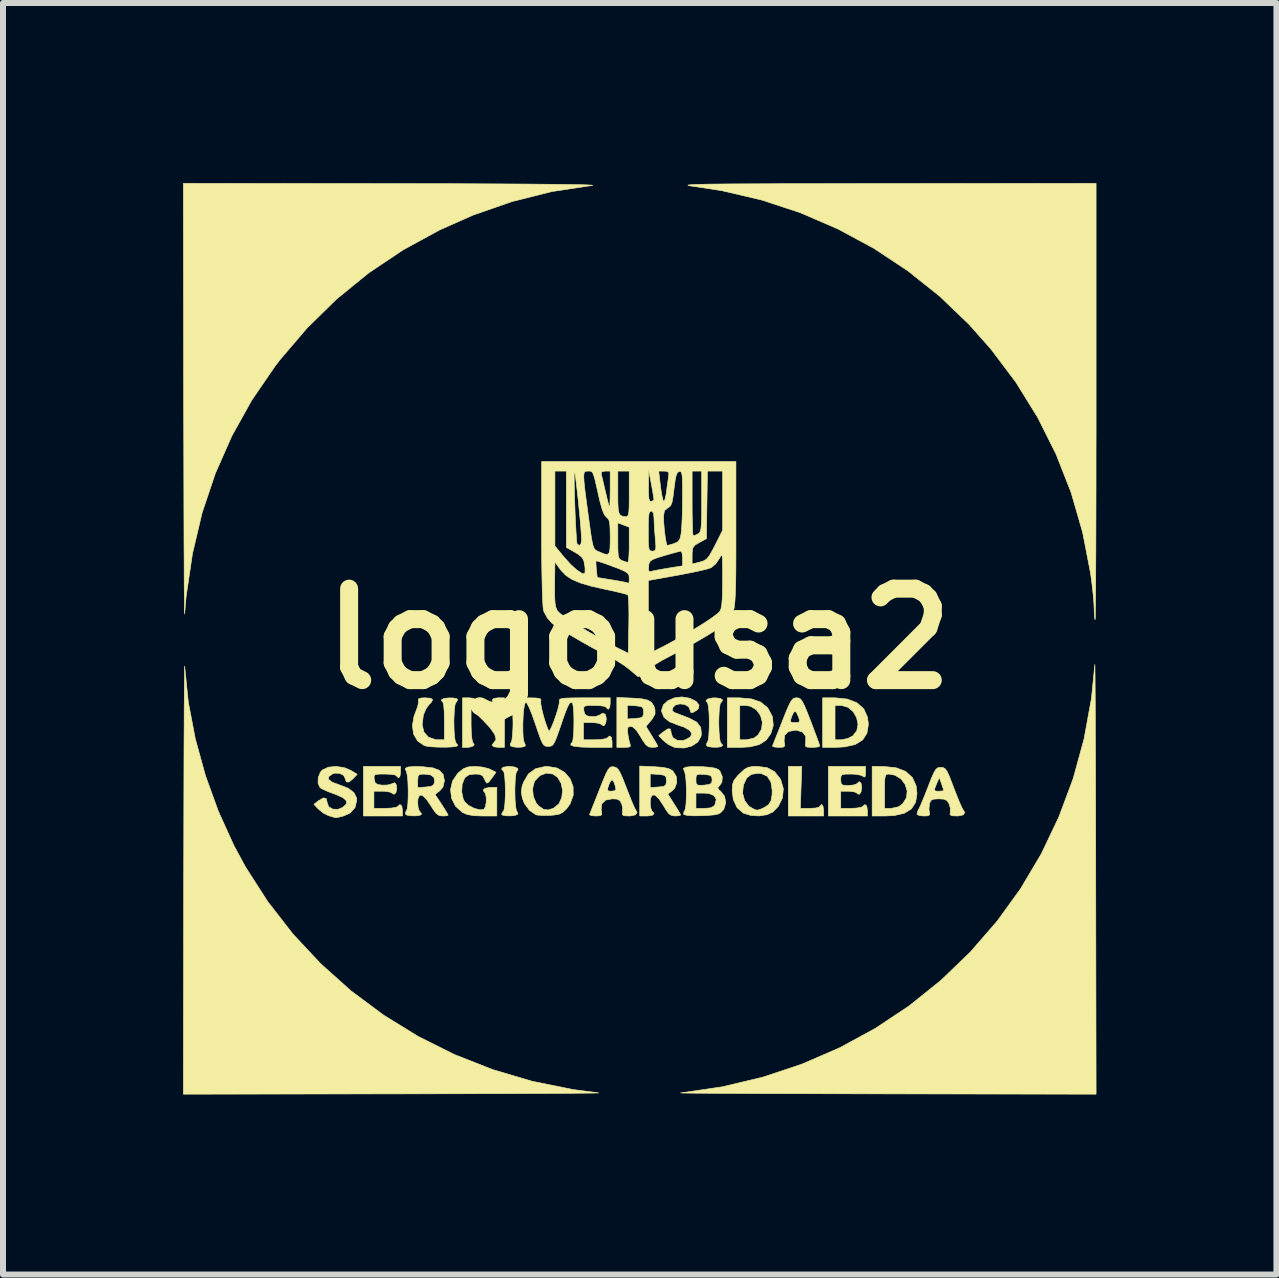
<source format=kicad_pcb>
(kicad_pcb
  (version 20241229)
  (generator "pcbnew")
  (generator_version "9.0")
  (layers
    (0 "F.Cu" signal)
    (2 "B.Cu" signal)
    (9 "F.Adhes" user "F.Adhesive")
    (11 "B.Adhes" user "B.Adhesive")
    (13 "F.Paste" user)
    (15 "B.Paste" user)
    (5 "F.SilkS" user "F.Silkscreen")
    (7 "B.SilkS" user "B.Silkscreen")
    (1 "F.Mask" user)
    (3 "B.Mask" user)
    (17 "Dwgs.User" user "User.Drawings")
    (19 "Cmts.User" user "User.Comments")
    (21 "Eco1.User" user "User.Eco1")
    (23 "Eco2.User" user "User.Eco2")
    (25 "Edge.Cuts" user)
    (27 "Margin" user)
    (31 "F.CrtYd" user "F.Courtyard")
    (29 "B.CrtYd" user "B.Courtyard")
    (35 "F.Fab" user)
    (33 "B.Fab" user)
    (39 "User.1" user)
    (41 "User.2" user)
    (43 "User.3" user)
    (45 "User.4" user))
  (footprint "logousa2"
    (layer "F.Cu")
    (at 7.593 7.593)
    (property "Reference" "logousa2" (at 0 0 0) (layer "F.SilkS") (effects (font (size 1.524 1.524) (thickness 0.3))))
    (attr through_hole)
    (fp_poly (pts (xy 2.692 2.826) (xy 2.854 2.826) (xy 2.946 2.82) (xy 3.005 2.806) (xy 3.016 2.794) (xy 3.04 2.763) (xy 3.048 2.762) (xy 3.07 2.79) (xy 3.08 2.856) (xy 3.08 2.857) (xy 3.08 2.953) (xy 2.492 2.953) (xy 2.492 2.127) (xy 2.716 2.127) (xy 2.692 2.826)) (stroke (width 0.01) (type solid)) (fill yes) (layer "F.SilkS"))
    (fp_poly (pts (xy 1.877 1.002) (xy 2.031 1.055) (xy 2.144 1.147) (xy 2.153 1.158) (xy 2.228 1.299) (xy 2.241 1.447) (xy 2.202 1.578) (xy 2.123 1.689) (xy 2.011 1.762) (xy 1.855 1.801) (xy 1.699 1.81) (xy 1.476 1.81) (xy 1.476 1.111) (xy 1.683 1.111) (xy 1.683 1.683) (xy 1.795 1.683) (xy 1.917 1.656) (xy 1.986 1.605) (xy 2.047 1.504) (xy 2.059 1.39) (xy 2.028 1.278) (xy 1.96 1.184) (xy 1.862 1.125) (xy 1.78 1.111) (xy 1.683 1.111) (xy 1.476 1.111) (xy 1.476 0.984) (xy 1.676 0.984) (xy 1.877 1.002)) (stroke (width 0.01) (type solid)) (fill yes) (layer "F.SilkS"))
    (fp_poly (pts (xy 3.27 0.984) (xy 3.476 1.005) (xy 3.636 1.067) (xy 3.749 1.168) (xy 3.812 1.307) (xy 3.826 1.428) (xy 3.802 1.575) (xy 3.73 1.686) (xy 3.609 1.761) (xy 3.435 1.801) (xy 3.279 1.81) (xy 3.064 1.81) (xy 3.064 1.111) (xy 3.27 1.111) (xy 3.27 1.683) (xy 3.377 1.683) (xy 3.484 1.661) (xy 3.568 1.617) (xy 3.634 1.53) (xy 3.653 1.424) (xy 3.63 1.314) (xy 3.573 1.215) (xy 3.487 1.142) (xy 3.377 1.111) (xy 3.368 1.111) (xy 3.27 1.111) (xy 3.064 1.111) (xy 3.064 0.984) (xy 3.27 0.984)) (stroke (width 0.01) (type solid)) (fill yes) (layer "F.SilkS"))
    (fp_poly (pts (xy 4.08 2.128) (xy 4.287 2.149) (xy 4.448 2.211) (xy 4.56 2.313) (xy 4.622 2.453) (xy 4.636 2.579) (xy 4.613 2.725) (xy 4.544 2.833) (xy 4.427 2.906) (xy 4.258 2.945) (xy 4.105 2.953) (xy 3.889 2.953) (xy 3.889 2.54) (xy 4.096 2.54) (xy 4.096 2.826) (xy 4.208 2.826) (xy 4.33 2.799) (xy 4.399 2.748) (xy 4.461 2.647) (xy 4.472 2.535) (xy 4.438 2.426) (xy 4.367 2.333) (xy 4.264 2.272) (xy 4.161 2.254) (xy 4.13 2.259) (xy 4.111 2.28) (xy 4.1 2.33) (xy 4.096 2.422) (xy 4.096 2.54) (xy 3.889 2.54) (xy 3.889 2.127) (xy 4.08 2.128)) (stroke (width 0.01) (type solid)) (fill yes) (layer "F.SilkS"))
    (fp_poly (pts (xy -2.07 2.136) (xy -2.017 2.159) (xy -2.013 2.19) (xy -2.031 2.206) (xy -2.046 2.245) (xy -2.057 2.335) (xy -2.063 2.461) (xy -2.064 2.54) (xy -2.061 2.681) (xy -2.052 2.792) (xy -2.04 2.859) (xy -2.031 2.874) (xy -2.013 2.912) (xy -2.017 2.923) (xy -2.057 2.942) (xy -2.127 2.951) (xy -2.206 2.95) (xy -2.266 2.94) (xy -2.286 2.923) (xy -2.263 2.88) (xy -2.254 2.873) (xy -2.241 2.835) (xy -2.23 2.747) (xy -2.224 2.624) (xy -2.223 2.54) (xy -2.226 2.403) (xy -2.234 2.292) (xy -2.246 2.223) (xy -2.254 2.207) (xy -2.287 2.17) (xy -2.263 2.142) (xy -2.188 2.128) (xy -2.161 2.127) (xy -2.07 2.136)) (stroke (width 0.01) (type solid)) (fill yes) (layer "F.SilkS"))
    (fp_poly (pts (xy 1.359 0.994) (xy 1.397 1.019) (xy 1.38 1.054) (xy 1.365 1.064) (xy 1.352 1.102) (xy 1.341 1.19) (xy 1.335 1.313) (xy 1.333 1.397) (xy 1.337 1.534) (xy 1.345 1.645) (xy 1.357 1.714) (xy 1.365 1.73) (xy 1.396 1.771) (xy 1.397 1.78) (xy 1.37 1.799) (xy 1.304 1.808) (xy 1.226 1.807) (xy 1.158 1.797) (xy 1.128 1.78) (xy 1.132 1.739) (xy 1.142 1.731) (xy 1.157 1.692) (xy 1.168 1.602) (xy 1.174 1.476) (xy 1.175 1.397) (xy 1.172 1.256) (xy 1.163 1.145) (xy 1.151 1.078) (xy 1.142 1.063) (xy 1.119 1.031) (xy 1.15 1.003) (xy 1.223 0.987) (xy 1.272 0.984) (xy 1.359 0.994)) (stroke (width 0.01) (type solid)) (fill yes) (layer "F.SilkS"))
    (fp_poly (pts (xy -2.238 1.81) (xy -2.342 1.81) (xy -2.418 1.799) (xy -2.445 1.77) (xy -2.417 1.733) (xy -2.413 1.73) (xy -2.378 1.678) (xy -2.399 1.597) (xy -2.474 1.487) (xy -2.588 1.365) (xy -2.794 1.161) (xy -2.794 1.436) (xy -2.79 1.563) (xy -2.781 1.664) (xy -2.768 1.723) (xy -2.762 1.731) (xy -2.741 1.764) (xy -2.77 1.794) (xy -2.837 1.809) (xy -2.851 1.81) (xy -2.937 1.81) (xy -2.937 0.984) (xy -2.826 0.984) (xy -2.757 0.992) (xy -2.697 1.023) (xy -2.627 1.087) (xy -2.578 1.143) (xy -2.504 1.224) (xy -2.444 1.281) (xy -2.411 1.302) (xy -2.391 1.275) (xy -2.382 1.212) (xy -2.386 1.138) (xy -2.4 1.079) (xy -2.413 1.064) (xy -2.445 1.026) (xy -2.421 0.997) (xy -2.349 0.984) (xy -2.342 0.984) (xy -2.238 0.984) (xy -2.238 1.81)) (stroke (width 0.01) (type solid)) (fill yes) (layer "F.SilkS"))
    (fp_poly (pts (xy 3.778 2.229) (xy 3.773 2.294) (xy 3.755 2.305) (xy 3.74 2.292) (xy 3.688 2.271) (xy 3.598 2.257) (xy 3.534 2.254) (xy 3.436 2.256) (xy 3.386 2.267) (xy 3.368 2.297) (xy 3.365 2.349) (xy 3.371 2.411) (xy 3.398 2.438) (xy 3.467 2.445) (xy 3.491 2.445) (xy 3.575 2.437) (xy 3.629 2.419) (xy 3.635 2.413) (xy 3.673 2.381) (xy 3.703 2.405) (xy 3.715 2.475) (xy 3.704 2.551) (xy 3.677 2.591) (xy 3.644 2.583) (xy 3.636 2.572) (xy 3.594 2.552) (xy 3.515 2.541) (xy 3.491 2.54) (xy 3.365 2.54) (xy 3.365 2.826) (xy 3.538 2.826) (xy 3.638 2.82) (xy 3.709 2.806) (xy 3.731 2.794) (xy 3.768 2.762) (xy 3.798 2.786) (xy 3.81 2.857) (xy 3.81 2.953) (xy 3.159 2.953) (xy 3.159 2.127) (xy 3.778 2.127) (xy 3.778 2.229)) (stroke (width 0.01) (type solid)) (fill yes) (layer "F.SilkS"))
    (fp_poly (pts (xy -4.056 -7.584) (xy -3.534 -7.583) (xy -3.05 -7.582) (xy -2.605 -7.58) (xy -2.202 -7.578) (xy -1.844 -7.576) (xy -1.533 -7.573) (xy -1.271 -7.57) (xy -1.061 -7.567) (xy -0.905 -7.564) (xy -0.806 -7.56) (xy -0.767 -7.556) (xy -0.778 -7.553) (xy -1.449 -7.451) (xy -2.111 -7.285) (xy -2.765 -7.057) (xy -3.318 -6.811) (xy -3.927 -6.479) (xy -4.499 -6.096) (xy -5.032 -5.662) (xy -5.526 -5.178) (xy -5.981 -4.645) (xy -6.061 -4.54) (xy -6.449 -3.973) (xy -6.781 -3.377) (xy -7.056 -2.752) (xy -7.275 -2.1) (xy -7.436 -1.419) (xy -7.541 -0.711) (xy -7.567 -0.413) (xy -7.568 -0.425) (xy -7.57 -0.497) (xy -7.571 -0.625) (xy -7.573 -0.805) (xy -7.574 -1.034) (xy -7.575 -1.308) (xy -7.577 -1.622) (xy -7.578 -1.974) (xy -7.579 -2.359) (xy -7.58 -2.774) (xy -7.581 -3.214) (xy -7.582 -3.677) (xy -7.583 -3.929) (xy -7.588 -7.588) (xy -4.056 -7.584)) (stroke (width 0.01) (type solid)) (fill yes) (layer "F.SilkS"))
    (fp_poly (pts (xy -1.361 2.154) (xy -1.234 2.227) (xy -1.143 2.334) (xy -1.094 2.465) (xy -1.092 2.607) (xy -1.143 2.749) (xy -1.203 2.833) (xy -1.264 2.891) (xy -1.327 2.923) (xy -1.417 2.938) (xy -1.48 2.942) (xy -1.589 2.944) (xy -1.677 2.939) (xy -1.714 2.932) (xy -1.821 2.859) (xy -1.905 2.745) (xy -1.94 2.656) (xy -1.957 2.557) (xy -1.949 2.498) (xy -1.769 2.498) (xy -1.757 2.627) (xy -1.707 2.742) (xy -1.667 2.786) (xy -1.583 2.844) (xy -1.506 2.852) (xy -1.418 2.822) (xy -1.332 2.752) (xy -1.283 2.648) (xy -1.27 2.528) (xy -1.293 2.409) (xy -1.351 2.31) (xy -1.43 2.254) (xy -1.54 2.239) (xy -1.646 2.279) (xy -1.729 2.365) (xy -1.739 2.381) (xy -1.769 2.498) (xy -1.949 2.498) (xy -1.945 2.463) (xy -1.92 2.39) (xy -1.839 2.252) (xy -1.72 2.165) (xy -1.563 2.129) (xy -1.521 2.127) (xy -1.361 2.154)) (stroke (width 0.01) (type solid)) (fill yes) (layer "F.SilkS"))
    (fp_poly (pts (xy 7.6 0.439) (xy 7.601 0.509) (xy 7.603 0.635) (xy 7.604 0.813) (xy 7.606 1.04) (xy 7.607 1.312) (xy 7.608 1.625) (xy 7.61 1.975) (xy 7.611 2.359) (xy 7.612 2.772) (xy 7.613 3.212) (xy 7.614 3.675) (xy 7.614 3.929) (xy 7.62 7.588) (xy 4.104 7.583) (xy 3.639 7.582) (xy 3.195 7.581) (xy 2.775 7.58) (xy 2.382 7.579) (xy 2.02 7.578) (xy 1.694 7.576) (xy 1.407 7.575) (xy 1.163 7.573) (xy 0.967 7.572) (xy 0.821 7.57) (xy 0.729 7.569) (xy 0.697 7.567) (xy 0.699 7.567) (xy 1.393 7.465) (xy 2.067 7.304) (xy 2.719 7.087) (xy 3.345 6.816) (xy 3.942 6.491) (xy 4.506 6.116) (xy 5.035 5.691) (xy 5.524 5.22) (xy 5.972 4.704) (xy 6.361 4.166) (xy 6.707 3.583) (xy 7 2.968) (xy 7.239 2.327) (xy 7.42 1.666) (xy 7.543 0.991) (xy 7.599 0.429) (xy 7.6 0.439)) (stroke (width 0.01) (type solid)) (fill yes) (layer "F.SilkS"))
    (fp_poly (pts (xy -7.566 0.46) (xy -7.505 1.059) (xy -7.388 1.67) (xy -7.22 2.279) (xy -7.004 2.876) (xy -6.744 3.448) (xy -6.552 3.803) (xy -6.18 4.382) (xy -5.761 4.921) (xy -5.298 5.416) (xy -4.794 5.867) (xy -4.252 6.27) (xy -3.677 6.625) (xy -3.07 6.928) (xy -2.435 7.178) (xy -1.776 7.373) (xy -1.094 7.511) (xy -0.667 7.567) (xy -0.683 7.568) (xy -0.759 7.57) (xy -0.89 7.571) (xy -1.074 7.573) (xy -1.305 7.575) (xy -1.581 7.576) (xy -1.897 7.577) (xy -2.249 7.579) (xy -2.634 7.58) (xy -3.047 7.581) (xy -3.485 7.582) (xy -3.945 7.583) (xy -4.072 7.583) (xy -7.588 7.588) (xy -7.582 3.929) (xy -7.581 3.457) (xy -7.58 3.006) (xy -7.579 2.579) (xy -7.578 2.181) (xy -7.577 1.815) (xy -7.575 1.484) (xy -7.574 1.193) (xy -7.572 0.945) (xy -7.571 0.743) (xy -7.569 0.592) (xy -7.568 0.495) (xy -7.567 0.456) (xy -7.566 0.46)) (stroke (width 0.01) (type solid)) (fill yes) (layer "F.SilkS"))
    (fp_poly (pts (xy -4.278 2.127) (xy -3.969 2.127) (xy -3.969 2.223) (xy -3.978 2.289) (xy -4 2.318) (xy -4 2.318) (xy -4.031 2.294) (xy -4.032 2.286) (xy -4.061 2.269) (xy -4.137 2.258) (xy -4.225 2.254) (xy -4.331 2.255) (xy -4.388 2.264) (xy -4.409 2.285) (xy -4.409 2.328) (xy -4.407 2.342) (xy -4.392 2.4) (xy -4.351 2.428) (xy -4.276 2.439) (xy -4.187 2.437) (xy -4.122 2.42) (xy -4.114 2.415) (xy -4.066 2.398) (xy -4.038 2.438) (xy -4.032 2.496) (xy -4.045 2.562) (xy -4.076 2.592) (xy -4.11 2.574) (xy -4.111 2.572) (xy -4.153 2.553) (xy -4.233 2.541) (xy -4.272 2.54) (xy -4.413 2.54) (xy -4.413 2.826) (xy -4.225 2.826) (xy -4.121 2.821) (xy -4.044 2.808) (xy -4.016 2.794) (xy -3.979 2.762) (xy -3.949 2.786) (xy -3.937 2.857) (xy -3.937 2.953) (xy -4.262 2.953) (xy -4.588 2.953) (xy -4.588 2.127) (xy -4.278 2.127)) (stroke (width 0.01) (type solid)) (fill yes) (layer "F.SilkS"))
    (fp_poly (pts (xy 2.14 2.148) (xy 2.263 2.215) (xy 2.356 2.332) (xy 2.366 2.351) (xy 2.409 2.499) (xy 2.395 2.65) (xy 2.327 2.791) (xy 2.235 2.886) (xy 2.135 2.932) (xy 2.003 2.952) (xy 1.864 2.943) (xy 1.745 2.906) (xy 1.739 2.903) (xy 1.637 2.813) (xy 1.575 2.678) (xy 1.562 2.573) (xy 1.73 2.573) (xy 1.764 2.695) (xy 1.835 2.791) (xy 1.935 2.848) (xy 1.978 2.855) (xy 2.022 2.844) (xy 2.091 2.812) (xy 2.093 2.811) (xy 2.165 2.763) (xy 2.204 2.699) (xy 2.221 2.601) (xy 2.223 2.525) (xy 2.201 2.385) (xy 2.14 2.29) (xy 2.039 2.245) (xy 1.991 2.242) (xy 1.877 2.259) (xy 1.799 2.319) (xy 1.747 2.432) (xy 1.743 2.442) (xy 1.73 2.573) (xy 1.562 2.573) (xy 1.556 2.522) (xy 1.562 2.427) (xy 1.589 2.356) (xy 1.648 2.282) (xy 1.679 2.251) (xy 1.758 2.178) (xy 1.824 2.141) (xy 1.908 2.128) (xy 1.976 2.127) (xy 2.14 2.148)) (stroke (width 0.01) (type solid)) (fill yes) (layer "F.SilkS"))
    (fp_poly (pts (xy -2.613 2.137) (xy -2.508 2.162) (xy -2.474 2.176) (xy -2.379 2.225) (xy -2.446 2.319) (xy -2.499 2.388) (xy -2.531 2.406) (xy -2.555 2.374) (xy -2.572 2.334) (xy -2.603 2.281) (xy -2.658 2.258) (xy -2.728 2.254) (xy -2.828 2.266) (xy -2.891 2.309) (xy -2.903 2.325) (xy -2.943 2.426) (xy -2.95 2.551) (xy -2.925 2.67) (xy -2.903 2.714) (xy -2.837 2.776) (xy -2.743 2.825) (xy -2.648 2.85) (xy -2.586 2.846) (xy -2.557 2.805) (xy -2.542 2.729) (xy -2.541 2.644) (xy -2.556 2.576) (xy -2.572 2.556) (xy -2.594 2.523) (xy -2.565 2.494) (xy -2.495 2.478) (xy -2.467 2.476) (xy -2.365 2.476) (xy -2.365 2.953) (xy -2.603 2.953) (xy -2.755 2.947) (xy -2.862 2.927) (xy -2.939 2.893) (xy -3.053 2.79) (xy -3.119 2.659) (xy -3.136 2.514) (xy -3.103 2.371) (xy -3.018 2.245) (xy -3.003 2.23) (xy -2.921 2.165) (xy -2.843 2.135) (xy -2.735 2.127) (xy -2.729 2.127) (xy -2.613 2.137)) (stroke (width 0.01) (type solid)) (fill yes) (layer "F.SilkS"))
    (fp_poly (pts (xy -0.104 0.989) (xy 0.049 1) (xy 0.152 1.023) (xy 0.216 1.063) (xy 0.255 1.127) (xy 0.27 1.178) (xy 0.271 1.253) (xy 0.228 1.332) (xy 0.206 1.36) (xy 0.121 1.46) (xy 0.219 1.62) (xy 0.272 1.707) (xy 0.308 1.771) (xy 0.318 1.794) (xy 0.29 1.805) (xy 0.225 1.81) (xy 0.168 1.802) (xy 0.121 1.769) (xy 0.07 1.699) (xy 0.032 1.635) (xy -0.041 1.524) (xy -0.101 1.469) (xy -0.133 1.46) (xy -0.174 1.469) (xy -0.188 1.506) (xy -0.183 1.58) (xy -0.167 1.674) (xy -0.147 1.748) (xy -0.145 1.754) (xy -0.138 1.79) (xy -0.168 1.806) (xy -0.243 1.81) (xy -0.365 1.81) (xy -0.365 1.337) (xy -0.191 1.337) (xy -0.056 1.327) (xy 0.029 1.318) (xy 0.068 1.295) (xy 0.079 1.247) (xy 0.079 1.222) (xy 0.074 1.162) (xy 0.047 1.133) (xy -0.02 1.12) (xy -0.056 1.117) (xy -0.191 1.108) (xy -0.191 1.337) (xy -0.365 1.337) (xy -0.365 0.978) (xy -0.104 0.989)) (stroke (width 0.01) (type solid)) (fill yes) (layer "F.SilkS"))
    (fp_poly (pts (xy 0.259 2.132) (xy 0.402 2.143) (xy 0.497 2.163) (xy 0.559 2.196) (xy 0.568 2.204) (xy 0.625 2.292) (xy 0.634 2.395) (xy 0.598 2.491) (xy 0.56 2.53) (xy 0.484 2.587) (xy 0.591 2.755) (xy 0.647 2.844) (xy 0.686 2.911) (xy 0.699 2.937) (xy 0.671 2.948) (xy 0.604 2.953) (xy 0.604 2.953) (xy 0.546 2.945) (xy 0.5 2.914) (xy 0.45 2.846) (xy 0.41 2.778) (xy 0.335 2.665) (xy 0.272 2.606) (xy 0.225 2.604) (xy 0.197 2.657) (xy 0.191 2.729) (xy 0.198 2.813) (xy 0.216 2.867) (xy 0.222 2.873) (xy 0.255 2.91) (xy 0.231 2.939) (xy 0.156 2.952) (xy 0.135 2.953) (xy 0.016 2.953) (xy 0.016 2.48) (xy 0.191 2.48) (xy 0.325 2.47) (xy 0.41 2.461) (xy 0.449 2.438) (xy 0.46 2.39) (xy 0.46 2.365) (xy 0.455 2.305) (xy 0.428 2.276) (xy 0.361 2.263) (xy 0.325 2.26) (xy 0.191 2.251) (xy 0.191 2.48) (xy 0.016 2.48) (xy 0.016 2.121) (xy 0.259 2.132)) (stroke (width 0.01) (type solid)) (fill yes) (layer "F.SilkS"))
    (fp_poly (pts (xy -4.905 2.148) (xy -4.798 2.193) (xy -4.691 2.258) (xy -4.763 2.334) (xy -4.829 2.387) (xy -4.873 2.386) (xy -4.889 2.333) (xy -4.917 2.277) (xy -4.983 2.242) (xy -5.064 2.239) (xy -5.1 2.25) (xy -5.165 2.296) (xy -5.169 2.343) (xy -5.11 2.389) (xy -4.997 2.431) (xy -4.843 2.49) (xy -4.746 2.563) (xy -4.702 2.652) (xy -4.699 2.692) (xy -4.728 2.813) (xy -4.809 2.904) (xy -4.914 2.951) (xy -4.994 2.972) (xy -5.043 2.981) (xy -5.048 2.981) (xy -5.087 2.972) (xy -5.158 2.951) (xy -5.161 2.951) (xy -5.252 2.907) (xy -5.335 2.84) (xy -5.335 2.84) (xy -5.413 2.758) (xy -5.334 2.697) (xy -5.255 2.652) (xy -5.209 2.66) (xy -5.192 2.723) (xy -5.192 2.73) (xy -5.165 2.8) (xy -5.098 2.839) (xy -5.011 2.842) (xy -4.934 2.811) (xy -4.873 2.754) (xy -4.871 2.7) (xy -4.929 2.647) (xy -5.05 2.594) (xy -5.075 2.585) (xy -5.183 2.544) (xy -5.268 2.506) (xy -5.31 2.481) (xy -5.343 2.409) (xy -5.341 2.315) (xy -5.306 2.225) (xy -5.272 2.186) (xy -5.172 2.14) (xy -5.042 2.127) (xy -4.905 2.148)) (stroke (width 0.01) (type solid)) (fill yes) (layer "F.SilkS"))
    (fp_poly (pts (xy -3.467 0.991) (xy -3.434 1.015) (xy -3.458 1.061) (xy -3.493 1.095) (xy -3.543 1.164) (xy -3.584 1.259) (xy -3.59 1.278) (xy -3.609 1.432) (xy -3.58 1.554) (xy -3.505 1.639) (xy -3.389 1.68) (xy -3.343 1.683) (xy -3.239 1.683) (xy -3.239 1.365) (xy -3.242 1.206) (xy -3.251 1.1) (xy -3.266 1.051) (xy -3.272 1.048) (xy -3.291 1.028) (xy -3.286 1.016) (xy -3.247 0.996) (xy -3.176 0.986) (xy -3.097 0.986) (xy -3.036 0.997) (xy -3.016 1.014) (xy -3.039 1.057) (xy -3.048 1.064) (xy -3.062 1.102) (xy -3.072 1.19) (xy -3.079 1.313) (xy -3.08 1.397) (xy -3.077 1.534) (xy -3.068 1.645) (xy -3.056 1.714) (xy -3.048 1.73) (xy -3.017 1.771) (xy -3.016 1.78) (xy -3.045 1.794) (xy -3.12 1.803) (xy -3.224 1.807) (xy -3.34 1.806) (xy -3.45 1.8) (xy -3.538 1.789) (xy -3.575 1.779) (xy -3.685 1.703) (xy -3.751 1.59) (xy -3.772 1.448) (xy -3.744 1.288) (xy -3.715 1.214) (xy -3.682 1.123) (xy -3.669 1.051) (xy -3.672 1.031) (xy -3.67 1.001) (xy -3.625 0.987) (xy -3.559 0.984) (xy -3.467 0.991)) (stroke (width 0.01) (type solid)) (fill yes) (layer "F.SilkS"))
    (fp_poly (pts (xy 0.847 0.99) (xy 0.854 0.993) (xy 0.956 1.044) (xy 1.004 1.103) (xy 0.995 1.161) (xy 0.968 1.189) (xy 0.898 1.231) (xy 0.864 1.225) (xy 0.857 1.192) (xy 0.831 1.132) (xy 0.766 1.095) (xy 0.685 1.085) (xy 0.611 1.104) (xy 0.571 1.143) (xy 0.556 1.195) (xy 0.59 1.226) (xy 0.61 1.234) (xy 0.682 1.262) (xy 0.784 1.301) (xy 0.841 1.323) (xy 0.967 1.39) (xy 1.033 1.477) (xy 1.044 1.588) (xy 1.036 1.63) (xy 0.983 1.722) (xy 0.885 1.787) (xy 0.759 1.82) (xy 0.621 1.815) (xy 0.586 1.806) (xy 0.495 1.763) (xy 0.412 1.697) (xy 0.411 1.697) (xy 0.333 1.614) (xy 0.408 1.553) (xy 0.483 1.502) (xy 0.524 1.502) (xy 0.539 1.554) (xy 0.54 1.572) (xy 0.567 1.646) (xy 0.636 1.69) (xy 0.729 1.696) (xy 0.775 1.684) (xy 0.86 1.636) (xy 0.884 1.582) (xy 0.849 1.526) (xy 0.757 1.473) (xy 0.662 1.441) (xy 0.512 1.383) (xy 0.42 1.309) (xy 0.382 1.216) (xy 0.381 1.189) (xy 0.41 1.101) (xy 0.486 1.031) (xy 0.594 0.985) (xy 0.719 0.969) (xy 0.847 0.99)) (stroke (width 0.01) (type solid)) (fill yes) (layer "F.SilkS"))
    (fp_poly (pts (xy 7.62 -3.953) (xy 7.62 -3.478) (xy 7.619 -3.021) (xy 7.619 -2.587) (xy 7.618 -2.178) (xy 7.617 -1.8) (xy 7.616 -1.455) (xy 7.614 -1.148) (xy 7.613 -0.884) (xy 7.611 -0.665) (xy 7.609 -0.496) (xy 7.607 -0.381) (xy 7.605 -0.323) (xy 7.604 -0.318) (xy 7.596 -0.346) (xy 7.59 -0.421) (xy 7.588 -0.5) (xy 7.583 -0.603) (xy 7.57 -0.75) (xy 7.551 -0.92) (xy 7.527 -1.095) (xy 7.527 -1.095) (xy 7.395 -1.775) (xy 7.204 -2.436) (xy 6.953 -3.075) (xy 6.646 -3.688) (xy 6.284 -4.273) (xy 5.868 -4.826) (xy 5.505 -5.236) (xy 5.014 -5.707) (xy 4.482 -6.131) (xy 3.915 -6.506) (xy 3.316 -6.829) (xy 2.69 -7.099) (xy 2.042 -7.312) (xy 1.378 -7.467) (xy 0.913 -7.538) (xy 0.862 -7.545) (xy 0.829 -7.551) (xy 0.818 -7.556) (xy 0.831 -7.561) (xy 0.87 -7.565) (xy 0.94 -7.569) (xy 1.043 -7.572) (xy 1.181 -7.575) (xy 1.359 -7.577) (xy 1.578 -7.579) (xy 1.842 -7.58) (xy 2.155 -7.581) (xy 2.517 -7.583) (xy 2.934 -7.583) (xy 3.408 -7.584) (xy 3.941 -7.585) (xy 4.088 -7.585) (xy 7.62 -7.588) (xy 7.62 -3.953)) (stroke (width 0.01) (type solid)) (fill yes) (layer "F.SilkS"))
    (fp_poly (pts (xy 2.666 0.988) (xy 2.697 1.006) (xy 2.727 1.047) (xy 2.764 1.121) (xy 2.812 1.238) (xy 2.866 1.375) (xy 2.921 1.522) (xy 2.968 1.647) (xy 3.001 1.739) (xy 3.016 1.785) (xy 3.016 1.788) (xy 2.988 1.802) (xy 2.918 1.809) (xy 2.889 1.81) (xy 2.808 1.806) (xy 2.776 1.79) (xy 2.777 1.749) (xy 2.78 1.733) (xy 2.783 1.629) (xy 2.733 1.558) (xy 2.635 1.525) (xy 2.603 1.524) (xy 2.494 1.546) (xy 2.432 1.608) (xy 2.421 1.704) (xy 2.427 1.733) (xy 2.433 1.784) (xy 2.408 1.805) (xy 2.335 1.81) (xy 2.332 1.81) (xy 2.26 1.804) (xy 2.228 1.79) (xy 2.228 1.786) (xy 2.243 1.749) (xy 2.276 1.664) (xy 2.324 1.545) (xy 2.381 1.401) (xy 2.392 1.373) (xy 2.394 1.367) (xy 2.526 1.367) (xy 2.542 1.393) (xy 2.603 1.397) (xy 2.665 1.393) (xy 2.681 1.367) (xy 2.662 1.302) (xy 2.632 1.236) (xy 2.605 1.207) (xy 2.603 1.206) (xy 2.577 1.233) (xy 2.546 1.298) (xy 2.545 1.302) (xy 2.526 1.367) (xy 2.394 1.367) (xy 2.455 1.214) (xy 2.502 1.106) (xy 2.538 1.038) (xy 2.569 1.001) (xy 2.6 0.987) (xy 2.63 0.984) (xy 2.666 0.988)) (stroke (width 0.01) (type solid)) (fill yes) (layer "F.SilkS"))
    (fp_poly (pts (xy -0.419 2.133) (xy -0.38 2.144) (xy -0.347 2.171) (xy -0.313 2.226) (xy -0.271 2.318) (xy -0.216 2.459) (xy -0.206 2.483) (xy -0.153 2.62) (xy -0.106 2.735) (xy -0.071 2.815) (xy -0.054 2.846) (xy -0.027 2.898) (xy -0.057 2.935) (xy -0.139 2.952) (xy -0.161 2.953) (xy -0.242 2.949) (xy -0.274 2.932) (xy -0.272 2.895) (xy -0.271 2.893) (xy -0.268 2.82) (xy -0.284 2.751) (xy -0.315 2.695) (xy -0.367 2.671) (xy -0.443 2.667) (xy -0.553 2.688) (xy -0.616 2.75) (xy -0.627 2.846) (xy -0.621 2.876) (xy -0.615 2.927) (xy -0.64 2.948) (xy -0.713 2.953) (xy -0.716 2.953) (xy -0.788 2.947) (xy -0.82 2.933) (xy -0.82 2.929) (xy -0.805 2.892) (xy -0.772 2.807) (xy -0.724 2.688) (xy -0.667 2.544) (xy -0.655 2.514) (xy -0.654 2.51) (xy -0.522 2.51) (xy -0.507 2.536) (xy -0.459 2.54) (xy -0.4 2.532) (xy -0.381 2.516) (xy -0.392 2.45) (xy -0.416 2.385) (xy -0.441 2.35) (xy -0.445 2.349) (xy -0.472 2.376) (xy -0.502 2.441) (xy -0.503 2.445) (xy -0.522 2.51) (xy -0.654 2.51) (xy -0.592 2.356) (xy -0.546 2.247) (xy -0.511 2.18) (xy -0.481 2.145) (xy -0.452 2.133) (xy -0.419 2.133)) (stroke (width 0.01) (type solid)) (fill yes) (layer "F.SilkS"))
    (fp_poly (pts (xy 5.073 2.147) (xy 5.105 2.165) (xy 5.136 2.208) (xy 5.172 2.285) (xy 5.22 2.408) (xy 5.246 2.477) (xy 5.299 2.613) (xy 5.346 2.729) (xy 5.382 2.809) (xy 5.4 2.84) (xy 5.432 2.896) (xy 5.406 2.935) (xy 5.324 2.952) (xy 5.3 2.953) (xy 5.219 2.949) (xy 5.187 2.932) (xy 5.189 2.895) (xy 5.19 2.893) (xy 5.191 2.82) (xy 5.171 2.75) (xy 5.136 2.696) (xy 5.082 2.672) (xy 4.999 2.667) (xy 4.912 2.672) (xy 4.867 2.694) (xy 4.845 2.744) (xy 4.844 2.749) (xy 4.835 2.835) (xy 4.843 2.892) (xy 4.847 2.933) (xy 4.814 2.95) (xy 4.749 2.953) (xy 4.674 2.945) (xy 4.637 2.925) (xy 4.636 2.921) (xy 4.65 2.868) (xy 4.668 2.833) (xy 4.693 2.782) (xy 4.733 2.686) (xy 4.784 2.561) (xy 4.796 2.529) (xy 4.928 2.529) (xy 4.957 2.539) (xy 5.001 2.54) (xy 5.06 2.536) (xy 5.08 2.529) (xy 5.071 2.494) (xy 5.048 2.425) (xy 5.044 2.414) (xy 5.008 2.31) (xy 4.964 2.413) (xy 4.932 2.492) (xy 4.928 2.529) (xy 4.796 2.529) (xy 4.823 2.461) (xy 4.878 2.32) (xy 4.919 2.228) (xy 4.951 2.175) (xy 4.983 2.15) (xy 5.021 2.143) (xy 5.033 2.143) (xy 5.073 2.147)) (stroke (width 0.01) (type solid)) (fill yes) (layer "F.SilkS"))
    (fp_poly (pts (xy -3.59 2.133) (xy -3.427 2.152) (xy -3.32 2.194) (xy -3.259 2.261) (xy -3.239 2.359) (xy -3.239 2.368) (xy -3.263 2.473) (xy -3.316 2.533) (xy -3.394 2.594) (xy -3.284 2.76) (xy -3.228 2.849) (xy -3.188 2.914) (xy -3.175 2.94) (xy -3.203 2.949) (xy -3.268 2.953) (xy -3.326 2.945) (xy -3.374 2.912) (xy -3.427 2.841) (xy -3.466 2.778) (xy -3.544 2.665) (xy -3.607 2.608) (xy -3.653 2.608) (xy -3.679 2.666) (xy -3.683 2.729) (xy -3.676 2.813) (xy -3.657 2.867) (xy -3.651 2.873) (xy -3.621 2.914) (xy -3.619 2.923) (xy -3.647 2.942) (xy -3.712 2.951) (xy -3.791 2.95) (xy -3.858 2.94) (xy -3.888 2.923) (xy -3.884 2.882) (xy -3.874 2.874) (xy -3.858 2.833) (xy -3.847 2.747) (xy -3.842 2.63) (xy -3.842 2.502) (xy -3.847 2.377) (xy -3.848 2.367) (xy -3.683 2.367) (xy -3.683 2.48) (xy -3.548 2.47) (xy -3.461 2.459) (xy -3.418 2.433) (xy -3.402 2.385) (xy -3.412 2.31) (xy -3.471 2.268) (xy -3.58 2.255) (xy -3.649 2.26) (xy -3.677 2.288) (xy -3.683 2.36) (xy -3.683 2.367) (xy -3.848 2.367) (xy -3.857 2.274) (xy -3.872 2.209) (xy -3.879 2.198) (xy -3.893 2.16) (xy -3.845 2.137) (xy -3.735 2.128) (xy -3.59 2.133)) (stroke (width 0.01) (type solid)) (fill yes) (layer "F.SilkS"))
    (fp_poly (pts (xy 1.049 2.132) (xy 1.067 2.132) (xy 1.2 2.143) (xy 1.284 2.159) (xy 1.334 2.185) (xy 1.353 2.206) (xy 1.392 2.299) (xy 1.385 2.391) (xy 1.347 2.447) (xy 1.316 2.482) (xy 1.333 2.514) (xy 1.362 2.538) (xy 1.43 2.625) (xy 1.45 2.732) (xy 1.418 2.837) (xy 1.402 2.859) (xy 1.366 2.897) (xy 1.321 2.921) (xy 1.252 2.935) (xy 1.145 2.944) (xy 1.054 2.948) (xy 0.91 2.95) (xy 0.806 2.943) (xy 0.753 2.93) (xy 0.749 2.926) (xy 0.751 2.883) (xy 0.761 2.874) (xy 0.777 2.833) (xy 0.788 2.747) (xy 0.793 2.63) (xy 0.793 2.572) (xy 0.953 2.572) (xy 0.953 2.826) (xy 1.094 2.826) (xy 1.193 2.818) (xy 1.25 2.79) (xy 1.27 2.762) (xy 1.291 2.677) (xy 1.255 2.614) (xy 1.168 2.578) (xy 1.094 2.572) (xy 0.953 2.572) (xy 0.793 2.572) (xy 0.793 2.502) (xy 0.788 2.377) (xy 0.786 2.349) (xy 0.953 2.349) (xy 0.956 2.411) (xy 0.979 2.438) (xy 1.039 2.442) (xy 1.087 2.439) (xy 1.173 2.428) (xy 1.212 2.406) (xy 1.222 2.36) (xy 1.222 2.349) (xy 1.215 2.299) (xy 1.182 2.273) (xy 1.104 2.262) (xy 1.087 2.26) (xy 1.003 2.257) (xy 0.964 2.271) (xy 0.953 2.314) (xy 0.953 2.349) (xy 0.786 2.349) (xy 0.778 2.274) (xy 0.763 2.209) (xy 0.757 2.198) (xy 0.742 2.162) (xy 0.785 2.139) (xy 0.886 2.129) (xy 1.049 2.132)) (stroke (width 0.01) (type solid)) (fill yes) (layer "F.SilkS"))
    (fp_poly (pts (xy -0.476 1.079) (xy -0.485 1.146) (xy -0.508 1.175) (xy -0.508 1.175) (xy -0.539 1.151) (xy -0.54 1.143) (xy -0.569 1.126) (xy -0.644 1.115) (xy -0.732 1.111) (xy -0.838 1.112) (xy -0.895 1.121) (xy -0.916 1.142) (xy -0.916 1.185) (xy -0.915 1.199) (xy -0.897 1.26) (xy -0.85 1.288) (xy -0.798 1.296) (xy -0.715 1.294) (xy -0.659 1.274) (xy -0.656 1.272) (xy -0.597 1.238) (xy -0.555 1.262) (xy -0.54 1.332) (xy -0.551 1.408) (xy -0.578 1.448) (xy -0.611 1.44) (xy -0.619 1.429) (xy -0.66 1.41) (xy -0.741 1.398) (xy -0.78 1.397) (xy -0.921 1.397) (xy -0.921 1.683) (xy -0.732 1.683) (xy -0.628 1.678) (xy -0.552 1.665) (xy -0.524 1.651) (xy -0.486 1.619) (xy -0.456 1.643) (xy -0.445 1.714) (xy -0.445 1.81) (xy -0.776 1.81) (xy -0.955 1.805) (xy -1.074 1.793) (xy -1.132 1.772) (xy -1.128 1.743) (xy -1.112 1.731) (xy -1.098 1.692) (xy -1.087 1.606) (xy -1.082 1.492) (xy -1.08 1.364) (xy -1.083 1.242) (xy -1.09 1.14) (xy -1.102 1.077) (xy -1.109 1.065) (xy -1.131 1.06) (xy -1.154 1.078) (xy -1.182 1.127) (xy -1.219 1.216) (xy -1.268 1.353) (xy -1.304 1.46) (xy -1.355 1.605) (xy -1.392 1.701) (xy -1.422 1.757) (xy -1.452 1.785) (xy -1.487 1.793) (xy -1.508 1.794) (xy -1.547 1.791) (xy -1.577 1.776) (xy -1.605 1.739) (xy -1.636 1.669) (xy -1.676 1.558) (xy -1.723 1.419) (xy -1.779 1.261) (xy -1.827 1.143) (xy -1.864 1.073) (xy -1.884 1.057) (xy -1.902 1.092) (xy -1.916 1.174) (xy -1.926 1.287) (xy -1.931 1.414) (xy -1.931 1.538) (xy -1.926 1.643) (xy -1.914 1.713) (xy -1.906 1.729) (xy -1.889 1.774) (xy -1.895 1.789) (xy -1.942 1.805) (xy -2.019 1.809) (xy -2.095 1.801) (xy -2.14 1.782) (xy -2.142 1.78) (xy -2.138 1.739) (xy -2.128 1.731) (xy -2.114 1.692) (xy -2.103 1.602) (xy -2.096 1.476) (xy -2.095 1.397) (xy -2.099 1.256) (xy -2.107 1.145) (xy -2.12 1.078) (xy -2.128 1.063) (xy -2.154 1.031) (xy -2.12 1.007) (xy -2.031 0.991) (xy -1.889 0.984) (xy -1.868 0.984) (xy -1.741 0.986) (xy -1.667 0.992) (xy -1.633 1.005) (xy -1.63 1.027) (xy -1.633 1.037) (xy -1.632 1.087) (xy -1.615 1.177) (xy -1.587 1.288) (xy -1.553 1.401) (xy -1.519 1.494) (xy -1.499 1.536) (xy -1.482 1.526) (xy -1.453 1.469) (xy -1.417 1.382) (xy -1.381 1.28) (xy -1.349 1.179) (xy -1.328 1.093) (xy -1.321 1.038) (xy -1.323 1.03) (xy -1.321 1.012) (xy -1.294 0.999) (xy -1.232 0.99) (xy -1.127 0.986) (xy -0.97 0.984) (xy -0.908 0.984) (xy -0.476 0.984) (xy -0.476 1.079)) (stroke (width 0.01) (type solid)) (fill yes) (layer "F.SilkS"))
    (fp_poly (pts (xy 1.619 -1.745) (xy 1.619 -1.419) (xy 1.618 -1.15) (xy 1.615 -0.932) (xy 1.61 -0.758) (xy 1.602 -0.622) (xy 1.59 -0.519) (xy 1.574 -0.441) (xy 1.552 -0.382) (xy 1.525 -0.337) (xy 1.492 -0.298) (xy 1.457 -0.264) (xy 1.386 -0.21) (xy 1.271 -0.135) (xy 1.124 -0.044) (xy 0.958 0.053) (xy 0.784 0.151) (xy 0.614 0.241) (xy 0.519 0.29) (xy 0.383 0.362) (xy 0.254 0.44) (xy 0.153 0.51) (xy 0.132 0.527) (xy 0.06 0.587) (xy 0.009 0.626) (xy -0.005 0.634) (xy -0.033 0.614) (xy -0.092 0.564) (xy -0.135 0.527) (xy -0.24 0.446) (xy -0.362 0.369) (xy -0.405 0.345) (xy -0.571 0.259) (xy -0.75 0.162) (xy -0.931 0.061) (xy -1.101 -0.038) (xy -1.251 -0.128) (xy -1.368 -0.203) (xy -1.442 -0.256) (xy -1.447 -0.26) (xy -1.523 -0.347) (xy -1.578 -0.447) (xy -1.587 -0.471) (xy -1.595 -0.533) (xy -1.602 -0.654) (xy -1.608 -0.803) (xy -1.402 -0.803) (xy -1.4 -0.677) (xy -1.394 -0.589) (xy -1.383 -0.529) (xy -1.365 -0.484) (xy -1.349 -0.457) (xy -1.307 -0.419) (xy -1.221 -0.357) (xy -1.099 -0.277) (xy -0.953 -0.186) (xy -0.792 -0.09) (xy -0.628 0.005) (xy -0.47 0.092) (xy -0.333 0.163) (xy -0.175 0.242) (xy -0.166 -0.234) (xy -0.164 -0.401) (xy -0.166 -0.546) (xy -0.171 -0.656) (xy -0.178 -0.72) (xy -0.182 -0.731) (xy -0.221 -0.745) (xy -0.309 -0.768) (xy -0.432 -0.797) (xy -0.556 -0.823) (xy -0.792 -0.876) (xy -0.974 -0.93) (xy -1.113 -0.989) (xy -1.216 -1.057) (xy -1.295 -1.139) (xy -1.306 -1.153) (xy -1.397 -1.28) (xy -1.401 -0.981) (xy -1.402 -0.803) (xy -1.608 -0.803) (xy -1.608 -0.826) (xy -1.613 -1.043) (xy -1.617 -1.302) (xy -1.619 -1.594) (xy -1.619 -1.77) (xy -1.619 -2.794) (xy -1.397 -2.794) (xy -1.397 -1.546) (xy -1.251 -1.368) (xy -1.139 -1.243) (xy -1.035 -1.148) (xy -0.951 -1.092) (xy -0.909 -1.08) (xy -0.895 -1.107) (xy -0.895 -1.178) (xy -0.899 -1.213) (xy -0.908 -1.262) (xy -0.714 -1.262) (xy -0.709 -1.186) (xy -0.706 -1.153) (xy -0.692 -1.021) (xy -0.465 -0.984) (xy -0.349 -0.965) (xy -0.257 -0.948) (xy -0.208 -0.937) (xy -0.206 -0.937) (xy -0.169 -0.924) (xy -0.167 -0.923) (xy -0.161 -0.949) (xy -0.16 -0.971) (xy 0.159 -0.971) (xy 0.159 0.255) (xy 0.388 0.139) (xy 0.51 0.075) (xy 0.665 -0.011) (xy 0.831 -0.106) (xy 0.96 -0.182) (xy 1.096 -0.266) (xy 1.214 -0.346) (xy 1.303 -0.411) (xy 1.349 -0.454) (xy 1.35 -0.455) (xy 1.37 -0.499) (xy 1.383 -0.571) (xy 1.392 -0.68) (xy 1.396 -0.837) (xy 1.397 -0.983) (xy 1.397 -1.162) (xy 1.395 -1.285) (xy 1.392 -1.359) (xy 1.384 -1.391) (xy 1.373 -1.389) (xy 1.355 -1.36) (xy 1.341 -1.334) (xy 1.283 -1.249) (xy 1.212 -1.188) (xy 1.202 -1.183) (xy 1.142 -1.163) (xy 1.033 -1.136) (xy 0.888 -1.105) (xy 0.72 -1.072) (xy 0.639 -1.057) (xy 0.159 -0.971) (xy -0.16 -0.971) (xy -0.159 -1.012) (xy -0.163 -1.056) (xy -0.183 -1.091) (xy -0.23 -1.123) (xy -0.26 -1.136) (xy 0.164 -1.136) (xy 0.185 -1.116) (xy 0.198 -1.12) (xy 0.249 -1.133) (xy 0.344 -1.151) (xy 0.464 -1.172) (xy 0.486 -1.176) (xy 0.73 -1.215) (xy 0.73 -1.245) (xy 0.889 -1.245) (xy 1.018 -1.278) (xy 1.082 -1.298) (xy 1.131 -1.328) (xy 1.175 -1.382) (xy 1.226 -1.471) (xy 1.272 -1.559) (xy 1.397 -1.808) (xy 1.397 -2.794) (xy 1.144 -2.794) (xy 1.127 -1.667) (xy 1.008 -1.603) (xy 0.935 -1.559) (xy 0.9 -1.512) (xy 0.89 -1.439) (xy 0.889 -1.392) (xy 0.889 -1.245) (xy 0.73 -1.245) (xy 0.73 -1.338) (xy 0.724 -1.416) (xy 0.71 -1.458) (xy 0.705 -1.46) (xy 0.664 -1.452) (xy 0.579 -1.429) (xy 0.465 -1.397) (xy 0.427 -1.386) (xy 0.303 -1.348) (xy 0.228 -1.318) (xy 0.188 -1.289) (xy 0.17 -1.25) (xy 0.164 -1.207) (xy 0.164 -1.136) (xy -0.26 -1.136) (xy -0.316 -1.161) (xy -0.431 -1.205) (xy -0.551 -1.249) (xy -0.646 -1.281) (xy -0.702 -1.297) (xy -0.711 -1.297) (xy -0.714 -1.262) (xy -0.908 -1.262) (xy -0.914 -1.296) (xy -0.944 -1.353) (xy -1.002 -1.404) (xy -1.102 -1.463) (xy -1.109 -1.467) (xy -1.206 -1.521) (xy -1.206 -2.693) (xy -1.076 -2.693) (xy -1.075 -2.577) (xy -1.072 -2.431) (xy -1.067 -2.269) (xy -1.061 -2.101) (xy -1.054 -1.938) (xy -1.046 -1.794) (xy -1.039 -1.678) (xy -1.032 -1.603) (xy -1.027 -1.58) (xy -0.992 -1.554) (xy -0.963 -1.581) (xy -0.953 -1.639) (xy -0.956 -1.713) (xy -0.964 -1.829) (xy -0.976 -1.974) (xy -0.992 -2.137) (xy -1.008 -2.304) (xy -1.026 -2.465) (xy -1.042 -2.606) (xy -1.054 -2.703) (xy -0.917 -2.703) (xy -0.912 -2.618) (xy -0.899 -2.491) (xy -0.876 -2.315) (xy -0.857 -2.173) (xy -0.827 -1.951) (xy -0.804 -1.782) (xy -0.785 -1.66) (xy -0.768 -1.576) (xy -0.751 -1.522) (xy -0.732 -1.489) (xy -0.708 -1.47) (xy -0.677 -1.455) (xy -0.657 -1.447) (xy -0.576 -1.413) (xy -0.523 -1.405) (xy -0.494 -1.43) (xy -0.48 -1.497) (xy -0.476 -1.615) (xy -0.476 -1.631) (xy -0.349 -1.631) (xy -0.348 -1.491) (xy -0.343 -1.401) (xy -0.332 -1.348) (xy -0.31 -1.32) (xy -0.278 -1.303) (xy -0.213 -1.28) (xy -0.183 -1.272) (xy -0.172 -1.301) (xy -0.164 -1.379) (xy -0.159 -1.493) (xy -0.159 -1.565) (xy -0.159 -1.794) (xy 0.159 -1.794) (xy 0.159 -1.645) (xy 0.163 -1.549) (xy 0.172 -1.494) (xy 0.188 -1.468) (xy 0.214 -1.461) (xy 0.227 -1.46) (xy 0.262 -1.464) (xy 0.281 -1.486) (xy 0.285 -1.538) (xy 0.278 -1.635) (xy 0.275 -1.675) (xy 0.264 -1.806) (xy 0.257 -1.931) (xy 0.254 -2.008) (xy 0.25 -2.048) (xy 0.413 -2.048) (xy 0.416 -1.938) (xy 0.426 -1.817) (xy 0.44 -1.703) (xy 0.455 -1.613) (xy 0.47 -1.561) (xy 0.476 -1.556) (xy 0.519 -1.565) (xy 0.592 -1.588) (xy 0.594 -1.589) (xy 0.652 -1.616) (xy 0.684 -1.658) (xy 0.703 -1.735) (xy 0.71 -1.788) (xy 0.717 -1.883) (xy 0.724 -2.024) (xy 0.728 -2.191) (xy 0.73 -2.366) (xy 0.73 -2.376) (xy 0.729 -2.547) (xy 0.727 -2.664) (xy 0.72 -2.737) (xy 0.709 -2.776) (xy 0.692 -2.789) (xy 0.675 -2.788) (xy 0.646 -2.771) (xy 0.624 -2.725) (xy 0.606 -2.639) (xy 0.588 -2.502) (xy 0.587 -2.495) (xy 0.57 -2.357) (xy 0.553 -2.269) (xy 0.531 -2.218) (xy 0.501 -2.189) (xy 0.484 -2.181) (xy 0.429 -2.135) (xy 0.413 -2.052) (xy 0.413 -2.048) (xy 0.25 -2.048) (xy 0.245 -2.094) (xy 0.216 -2.126) (xy 0.206 -2.127) (xy 0.185 -2.117) (xy 0.17 -2.08) (xy 0.162 -2.005) (xy 0.159 -1.882) (xy 0.159 -1.794) (xy -0.159 -1.794) (xy -0.159 -1.859) (xy -0.349 -1.931) (xy -0.349 -1.631) (xy -0.476 -1.631) (xy -0.476 -1.691) (xy -0.478 -1.833) (xy -0.484 -1.925) (xy -0.498 -1.98) (xy -0.522 -2.012) (xy -0.537 -2.023) (xy -0.574 -2.068) (xy -0.611 -2.159) (xy -0.651 -2.304) (xy -0.666 -2.372) (xy -0.704 -2.541) (xy -0.731 -2.657) (xy -0.753 -2.731) (xy -0.76 -2.747) (xy -0.626 -2.747) (xy -0.624 -2.738) (xy -0.61 -2.682) (xy -0.586 -2.583) (xy -0.558 -2.461) (xy -0.552 -2.437) (xy -0.525 -2.322) (xy -0.502 -2.236) (xy -0.488 -2.193) (xy -0.486 -2.191) (xy -0.482 -2.22) (xy -0.479 -2.299) (xy -0.477 -2.414) (xy -0.476 -2.492) (xy -0.476 -2.794) (xy -0.349 -2.794) (xy -0.349 -2.432) (xy -0.348 -2.268) (xy -0.342 -2.158) (xy -0.328 -2.09) (xy -0.302 -2.054) (xy -0.26 -2.038) (xy -0.214 -2.035) (xy -0.191 -2.039) (xy -0.175 -2.063) (xy -0.165 -2.115) (xy -0.16 -2.206) (xy -0.159 -2.347) (xy -0.159 -2.413) (xy -0.159 -2.548) (xy 0.162 -2.548) (xy 0.163 -2.416) (xy 0.169 -2.335) (xy 0.183 -2.296) (xy 0.206 -2.286) (xy 0.247 -2.307) (xy 0.252 -2.326) (xy 0.245 -2.375) (xy 0.23 -2.467) (xy 0.209 -2.583) (xy 0.208 -2.588) (xy 0.169 -2.794) (xy 0.332 -2.794) (xy 0.362 -2.54) (xy 0.379 -2.422) (xy 0.397 -2.334) (xy 0.413 -2.289) (xy 0.417 -2.286) (xy 0.434 -2.314) (xy 0.452 -2.387) (xy 0.46 -2.437) (xy 0.475 -2.553) (xy 0.491 -2.663) (xy 0.495 -2.691) (xy 0.501 -2.761) (xy 0.479 -2.789) (xy 0.422 -2.794) (xy 0.889 -2.794) (xy 0.889 -2.254) (xy 0.89 -2.077) (xy 0.893 -1.924) (xy 0.897 -1.806) (xy 0.902 -1.734) (xy 0.907 -1.714) (xy 0.946 -1.728) (xy 0.986 -1.747) (xy 1.009 -1.764) (xy 1.026 -1.792) (xy 1.037 -1.841) (xy 1.043 -1.921) (xy 1.047 -2.041) (xy 1.048 -2.212) (xy 1.048 -2.287) (xy 1.048 -2.794) (xy 0.889 -2.794) (xy 0.422 -2.794) (xy 0.332 -2.794) (xy 0.169 -2.794) (xy 0.166 -2.81) (xy 0.162 -2.548) (xy -0.159 -2.548) (xy -0.159 -2.794) (xy -0.349 -2.794) (xy -0.476 -2.794) (xy -0.558 -2.794) (xy -0.616 -2.784) (xy -0.626 -2.747) (xy -0.76 -2.747) (xy -0.772 -2.772) (xy -0.794 -2.79) (xy -0.822 -2.794) (xy -0.844 -2.794) (xy -0.876 -2.792) (xy -0.899 -2.782) (xy -0.913 -2.755) (xy -0.917 -2.703) (xy -1.054 -2.703) (xy -1.056 -2.715) (xy -1.066 -2.781) (xy -1.07 -2.794) (xy -1.075 -2.769) (xy -1.076 -2.693) (xy -1.206 -2.693) (xy -1.206 -2.794) (xy -1.397 -2.794) (xy -1.619 -2.794) (xy -1.619 -2.953) (xy 1.619 -2.953) (xy 1.619 -1.745)) (stroke (width 0.01) (type solid)) (fill yes) (layer "F.SilkS")))
  (gr_rect
    (start -3 -3)
    (end 18.218 18.186)
    (stroke (width 0.1) (type default))
    (fill no)
    (layer "Edge.Cuts")))
</source>
